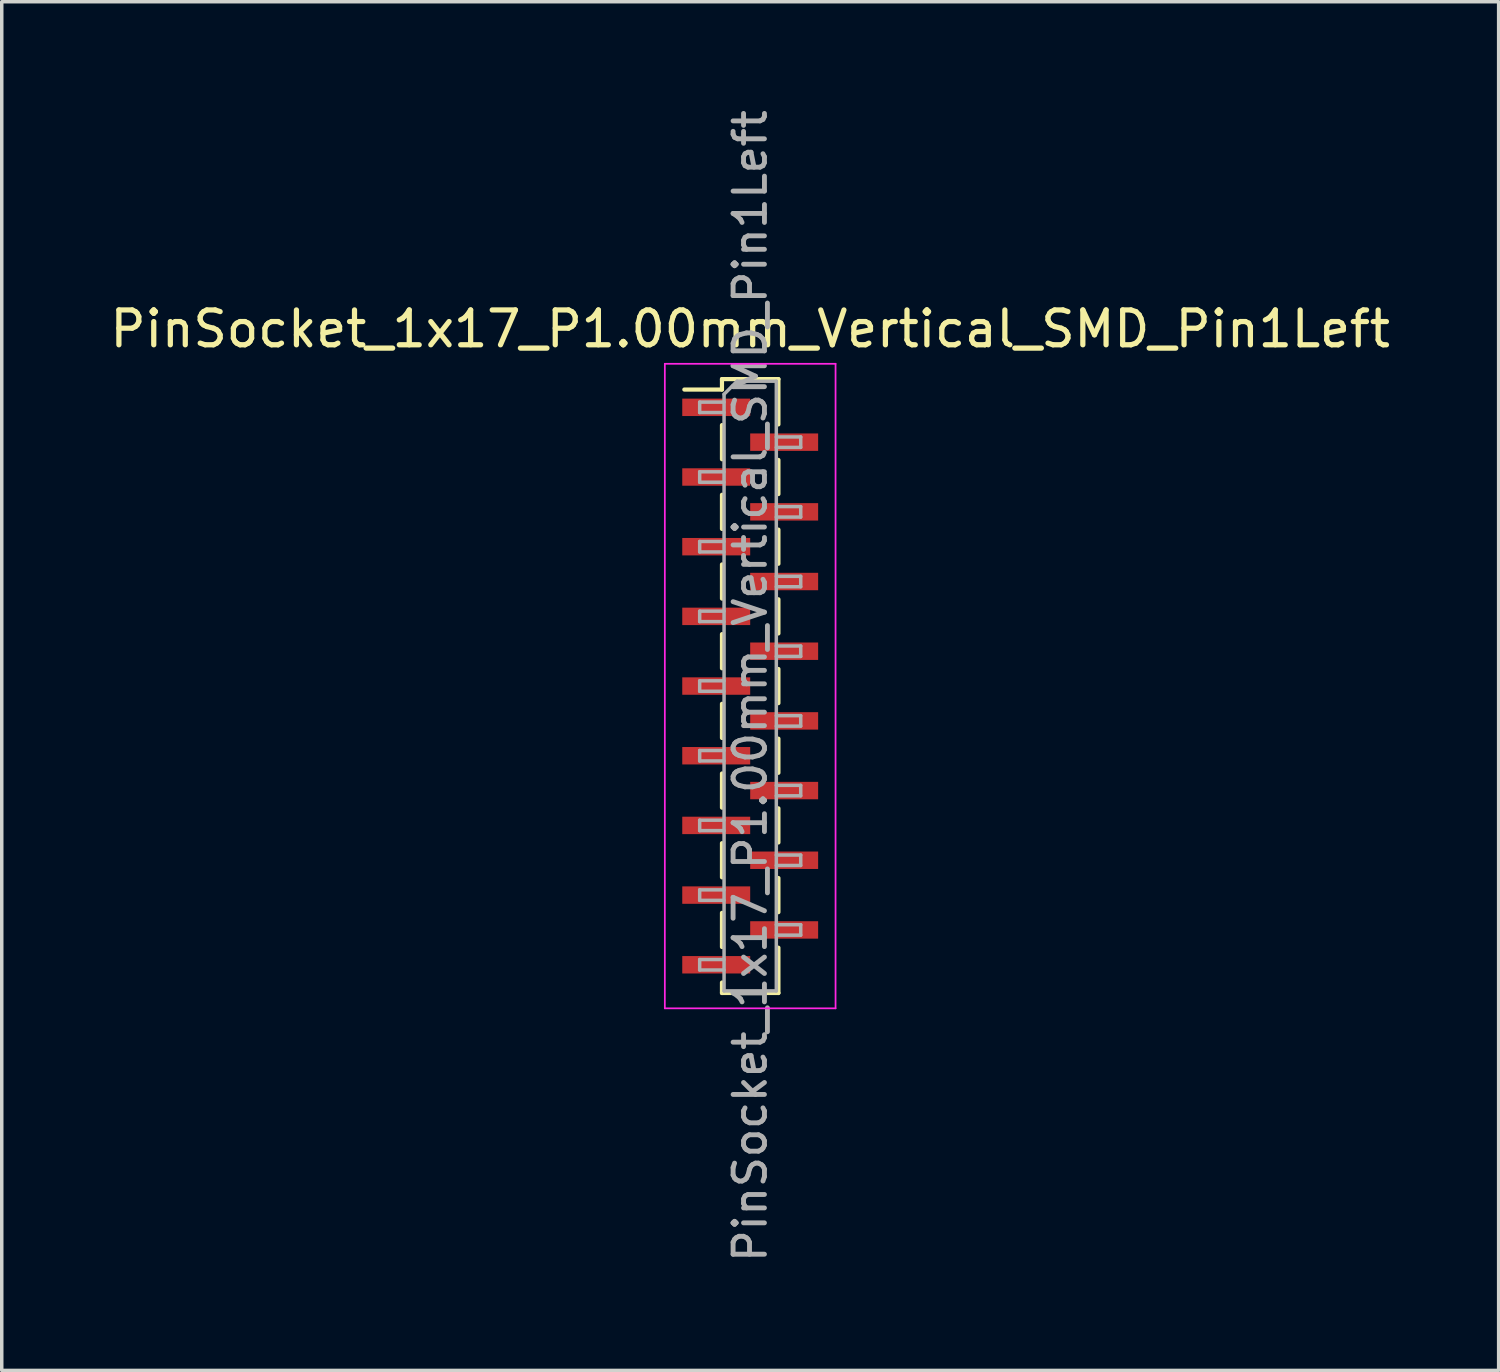
<source format=kicad_pcb>
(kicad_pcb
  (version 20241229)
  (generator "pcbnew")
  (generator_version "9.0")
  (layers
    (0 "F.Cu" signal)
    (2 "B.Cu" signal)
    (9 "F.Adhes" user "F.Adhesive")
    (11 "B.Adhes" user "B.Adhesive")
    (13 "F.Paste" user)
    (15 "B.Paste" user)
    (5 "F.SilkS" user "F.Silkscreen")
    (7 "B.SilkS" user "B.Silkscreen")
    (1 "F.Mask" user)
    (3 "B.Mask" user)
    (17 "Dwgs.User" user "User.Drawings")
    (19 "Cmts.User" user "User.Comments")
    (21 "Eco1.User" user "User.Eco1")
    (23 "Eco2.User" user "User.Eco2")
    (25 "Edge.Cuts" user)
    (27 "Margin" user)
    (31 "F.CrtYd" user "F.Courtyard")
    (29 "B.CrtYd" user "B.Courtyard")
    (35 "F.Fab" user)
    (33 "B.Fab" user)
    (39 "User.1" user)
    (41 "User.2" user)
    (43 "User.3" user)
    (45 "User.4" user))
  (footprint "PinSocket_1x17_P1.00mm_Vertical_SMD_Pin1Left"
    (layer "F.Cu")
    (at 18.482 16.641)
    (property "Reference" "PinSocket_1x17_P1.00mm_Vertical_SMD_Pin1Left" (at 0 -10.25 0) (layer "F.SilkS") (effects (font (size 1 1) (thickness 0.15))))
    (attr smd)
    (fp_line (start -1.89 -8.51) (end -0.81 -8.51) (stroke (width 0.12) (type solid)) (layer "F.SilkS"))
    (fp_line (start -0.81 -8.81) (end -0.81 -8.51) (stroke (width 0.12) (type solid)) (layer "F.SilkS"))
    (fp_line (start -0.81 -8.81) (end 0.81 -8.81) (stroke (width 0.12) (type solid)) (layer "F.SilkS"))
    (fp_line (start -0.81 -7.49) (end -0.81 -6.51) (stroke (width 0.12) (type solid)) (layer "F.SilkS"))
    (fp_line (start -0.81 -5.49) (end -0.81 -4.51) (stroke (width 0.12) (type solid)) (layer "F.SilkS"))
    (fp_line (start -0.81 -3.49) (end -0.81 -2.51) (stroke (width 0.12) (type solid)) (layer "F.SilkS"))
    (fp_line (start -0.81 -1.49) (end -0.81 -0.51) (stroke (width 0.12) (type solid)) (layer "F.SilkS"))
    (fp_line (start -0.81 0.51) (end -0.81 1.49) (stroke (width 0.12) (type solid)) (layer "F.SilkS"))
    (fp_line (start -0.81 2.51) (end -0.81 3.49) (stroke (width 0.12) (type solid)) (layer "F.SilkS"))
    (fp_line (start -0.81 4.51) (end -0.81 5.49) (stroke (width 0.12) (type solid)) (layer "F.SilkS"))
    (fp_line (start -0.81 6.51) (end -0.81 7.49) (stroke (width 0.12) (type solid)) (layer "F.SilkS"))
    (fp_line (start -0.81 8.51) (end -0.81 8.81) (stroke (width 0.12) (type solid)) (layer "F.SilkS"))
    (fp_line (start -0.81 8.81) (end 0.81 8.81) (stroke (width 0.12) (type solid)) (layer "F.SilkS"))
    (fp_line (start 0.81 -8.81) (end 0.81 -7.51) (stroke (width 0.12) (type solid)) (layer "F.SilkS"))
    (fp_line (start 0.81 -6.49) (end 0.81 -5.51) (stroke (width 0.12) (type solid)) (layer "F.SilkS"))
    (fp_line (start 0.81 -4.49) (end 0.81 -3.51) (stroke (width 0.12) (type solid)) (layer "F.SilkS"))
    (fp_line (start 0.81 -2.49) (end 0.81 -1.51) (stroke (width 0.12) (type solid)) (layer "F.SilkS"))
    (fp_line (start 0.81 -0.49) (end 0.81 0.49) (stroke (width 0.12) (type solid)) (layer "F.SilkS"))
    (fp_line (start 0.81 1.51) (end 0.81 2.49) (stroke (width 0.12) (type solid)) (layer "F.SilkS"))
    (fp_line (start 0.81 3.51) (end 0.81 4.49) (stroke (width 0.12) (type solid)) (layer "F.SilkS"))
    (fp_line (start 0.81 5.51) (end 0.81 6.49) (stroke (width 0.12) (type solid)) (layer "F.SilkS"))
    (fp_line (start 0.81 7.51) (end 0.81 8.81) (stroke (width 0.12) (type solid)) (layer "F.SilkS"))
    (fp_line (start -2.45 -9.25) (end 2.45 -9.25) (stroke (width 0.05) (type solid)) (layer "F.CrtYd"))
    (fp_line (start -2.45 9.25) (end -2.45 -9.25) (stroke (width 0.05) (type solid)) (layer "F.CrtYd"))
    (fp_line (start 2.45 -9.25) (end 2.45 9.25) (stroke (width 0.05) (type solid)) (layer "F.CrtYd"))
    (fp_line (start 2.45 9.25) (end -2.45 9.25) (stroke (width 0.05) (type solid)) (layer "F.CrtYd"))
    (fp_line (start -1.45 -8.15) (end -0.75 -8.15) (stroke (width 0.1) (type solid)) (layer "F.Fab"))
    (fp_line (start -1.45 -7.85) (end -1.45 -8.15) (stroke (width 0.1) (type solid)) (layer "F.Fab"))
    (fp_line (start -1.45 -6.15) (end -0.75 -6.15) (stroke (width 0.1) (type solid)) (layer "F.Fab"))
    (fp_line (start -1.45 -5.85) (end -1.45 -6.15) (stroke (width 0.1) (type solid)) (layer "F.Fab"))
    (fp_line (start -1.45 -4.15) (end -0.75 -4.15) (stroke (width 0.1) (type solid)) (layer "F.Fab"))
    (fp_line (start -1.45 -3.85) (end -1.45 -4.15) (stroke (width 0.1) (type solid)) (layer "F.Fab"))
    (fp_line (start -1.45 -2.15) (end -0.75 -2.15) (stroke (width 0.1) (type solid)) (layer "F.Fab"))
    (fp_line (start -1.45 -1.85) (end -1.45 -2.15) (stroke (width 0.1) (type solid)) (layer "F.Fab"))
    (fp_line (start -1.45 -0.15) (end -0.75 -0.15) (stroke (width 0.1) (type solid)) (layer "F.Fab"))
    (fp_line (start -1.45 0.15) (end -1.45 -0.15) (stroke (width 0.1) (type solid)) (layer "F.Fab"))
    (fp_line (start -1.45 1.85) (end -0.75 1.85) (stroke (width 0.1) (type solid)) (layer "F.Fab"))
    (fp_line (start -1.45 2.15) (end -1.45 1.85) (stroke (width 0.1) (type solid)) (layer "F.Fab"))
    (fp_line (start -1.45 3.85) (end -0.75 3.85) (stroke (width 0.1) (type solid)) (layer "F.Fab"))
    (fp_line (start -1.45 4.15) (end -1.45 3.85) (stroke (width 0.1) (type solid)) (layer "F.Fab"))
    (fp_line (start -1.45 5.85) (end -0.75 5.85) (stroke (width 0.1) (type solid)) (layer "F.Fab"))
    (fp_line (start -1.45 6.15) (end -1.45 5.85) (stroke (width 0.1) (type solid)) (layer "F.Fab"))
    (fp_line (start -1.45 7.85) (end -0.75 7.85) (stroke (width 0.1) (type solid)) (layer "F.Fab"))
    (fp_line (start -1.45 8.15) (end -1.45 7.85) (stroke (width 0.1) (type solid)) (layer "F.Fab"))
    (fp_line (start -0.75 -8.375) (end -0.375 -8.75) (stroke (width 0.1) (type solid)) (layer "F.Fab"))
    (fp_line (start -0.75 -7.85) (end -1.45 -7.85) (stroke (width 0.1) (type solid)) (layer "F.Fab"))
    (fp_line (start -0.75 -5.85) (end -1.45 -5.85) (stroke (width 0.1) (type solid)) (layer "F.Fab"))
    (fp_line (start -0.75 -3.85) (end -1.45 -3.85) (stroke (width 0.1) (type solid)) (layer "F.Fab"))
    (fp_line (start -0.75 -1.85) (end -1.45 -1.85) (stroke (width 0.1) (type solid)) (layer "F.Fab"))
    (fp_line (start -0.75 0.15) (end -1.45 0.15) (stroke (width 0.1) (type solid)) (layer "F.Fab"))
    (fp_line (start -0.75 2.15) (end -1.45 2.15) (stroke (width 0.1) (type solid)) (layer "F.Fab"))
    (fp_line (start -0.75 4.15) (end -1.45 4.15) (stroke (width 0.1) (type solid)) (layer "F.Fab"))
    (fp_line (start -0.75 6.15) (end -1.45 6.15) (stroke (width 0.1) (type solid)) (layer "F.Fab"))
    (fp_line (start -0.75 8.15) (end -1.45 8.15) (stroke (width 0.1) (type solid)) (layer "F.Fab"))
    (fp_line (start -0.75 8.75) (end -0.75 -8.375) (stroke (width 0.1) (type solid)) (layer "F.Fab"))
    (fp_line (start -0.375 -8.75) (end 0.75 -8.75) (stroke (width 0.1) (type solid)) (layer "F.Fab"))
    (fp_line (start 0.75 -8.75) (end 0.75 8.75) (stroke (width 0.1) (type solid)) (layer "F.Fab"))
    (fp_line (start 0.75 -7.15) (end 1.45 -7.15) (stroke (width 0.1) (type solid)) (layer "F.Fab"))
    (fp_line (start 0.75 -5.15) (end 1.45 -5.15) (stroke (width 0.1) (type solid)) (layer "F.Fab"))
    (fp_line (start 0.75 -3.15) (end 1.45 -3.15) (stroke (width 0.1) (type solid)) (layer "F.Fab"))
    (fp_line (start 0.75 -1.15) (end 1.45 -1.15) (stroke (width 0.1) (type solid)) (layer "F.Fab"))
    (fp_line (start 0.75 0.85) (end 1.45 0.85) (stroke (width 0.1) (type solid)) (layer "F.Fab"))
    (fp_line (start 0.75 2.85) (end 1.45 2.85) (stroke (width 0.1) (type solid)) (layer "F.Fab"))
    (fp_line (start 0.75 4.85) (end 1.45 4.85) (stroke (width 0.1) (type solid)) (layer "F.Fab"))
    (fp_line (start 0.75 6.85) (end 1.45 6.85) (stroke (width 0.1) (type solid)) (layer "F.Fab"))
    (fp_line (start 0.75 8.75) (end -0.75 8.75) (stroke (width 0.1) (type solid)) (layer "F.Fab"))
    (fp_line (start 1.45 -7.15) (end 1.45 -6.85) (stroke (width 0.1) (type solid)) (layer "F.Fab"))
    (fp_line (start 1.45 -6.85) (end 0.75 -6.85) (stroke (width 0.1) (type solid)) (layer "F.Fab"))
    (fp_line (start 1.45 -5.15) (end 1.45 -4.85) (stroke (width 0.1) (type solid)) (layer "F.Fab"))
    (fp_line (start 1.45 -4.85) (end 0.75 -4.85) (stroke (width 0.1) (type solid)) (layer "F.Fab"))
    (fp_line (start 1.45 -3.15) (end 1.45 -2.85) (stroke (width 0.1) (type solid)) (layer "F.Fab"))
    (fp_line (start 1.45 -2.85) (end 0.75 -2.85) (stroke (width 0.1) (type solid)) (layer "F.Fab"))
    (fp_line (start 1.45 -1.15) (end 1.45 -0.85) (stroke (width 0.1) (type solid)) (layer "F.Fab"))
    (fp_line (start 1.45 -0.85) (end 0.75 -0.85) (stroke (width 0.1) (type solid)) (layer "F.Fab"))
    (fp_line (start 1.45 0.85) (end 1.45 1.15) (stroke (width 0.1) (type solid)) (layer "F.Fab"))
    (fp_line (start 1.45 1.15) (end 0.75 1.15) (stroke (width 0.1) (type solid)) (layer "F.Fab"))
    (fp_line (start 1.45 2.85) (end 1.45 3.15) (stroke (width 0.1) (type solid)) (layer "F.Fab"))
    (fp_line (start 1.45 3.15) (end 0.75 3.15) (stroke (width 0.1) (type solid)) (layer "F.Fab"))
    (fp_line (start 1.45 4.85) (end 1.45 5.15) (stroke (width 0.1) (type solid)) (layer "F.Fab"))
    (fp_line (start 1.45 5.15) (end 0.75 5.15) (stroke (width 0.1) (type solid)) (layer "F.Fab"))
    (fp_line (start 1.45 6.85) (end 1.45 7.15) (stroke (width 0.1) (type solid)) (layer "F.Fab"))
    (fp_line (start 1.45 7.15) (end 0.75 7.15) (stroke (width 0.1) (type solid)) (layer "F.Fab"))
    (fp_text user "${REFERENCE}" (at 0 0 90) (layer "F.Fab") (effects (font (size 0.9 0.9) (thickness 0.14))))
    (pad "1" smd rect (at -0.975 -8) (size 1.95 0.5) (layers "F.Cu" "F.Mask" "F.Paste"))
    (pad "2" smd rect (at 0.975 -7) (size 1.95 0.5) (layers "F.Cu" "F.Mask" "F.Paste"))
    (pad "3" smd rect (at -0.975 -6) (size 1.95 0.5) (layers "F.Cu" "F.Mask" "F.Paste"))
    (pad "4" smd rect (at 0.975 -5) (size 1.95 0.5) (layers "F.Cu" "F.Mask" "F.Paste"))
    (pad "5" smd rect (at -0.975 -4) (size 1.95 0.5) (layers "F.Cu" "F.Mask" "F.Paste"))
    (pad "6" smd rect (at 0.975 -3) (size 1.95 0.5) (layers "F.Cu" "F.Mask" "F.Paste"))
    (pad "7" smd rect (at -0.975 -2) (size 1.95 0.5) (layers "F.Cu" "F.Mask" "F.Paste"))
    (pad "8" smd rect (at 0.975 -1) (size 1.95 0.5) (layers "F.Cu" "F.Mask" "F.Paste"))
    (pad "9" smd rect (at -0.975 0) (size 1.95 0.5) (layers "F.Cu" "F.Mask" "F.Paste"))
    (pad "10" smd rect (at 0.975 1) (size 1.95 0.5) (layers "F.Cu" "F.Mask" "F.Paste"))
    (pad "11" smd rect (at -0.975 2) (size 1.95 0.5) (layers "F.Cu" "F.Mask" "F.Paste"))
    (pad "12" smd rect (at 0.975 3) (size 1.95 0.5) (layers "F.Cu" "F.Mask" "F.Paste"))
    (pad "13" smd rect (at -0.975 4) (size 1.95 0.5) (layers "F.Cu" "F.Mask" "F.Paste"))
    (pad "14" smd rect (at 0.975 5) (size 1.95 0.5) (layers "F.Cu" "F.Mask" "F.Paste"))
    (pad "15" smd rect (at -0.975 6) (size 1.95 0.5) (layers "F.Cu" "F.Mask" "F.Paste"))
    (pad "16" smd rect (at 0.975 7) (size 1.95 0.5) (layers "F.Cu" "F.Mask" "F.Paste"))
    (pad "17" smd rect (at -0.975 8) (size 1.95 0.5) (layers "F.Cu" "F.Mask" "F.Paste")))
  (gr_rect
    (start -3 -3)
    (end 39.964 36.283)
    (stroke (width 0.1) (type default))
    (fill no)
    (layer "Edge.Cuts")))
</source>
